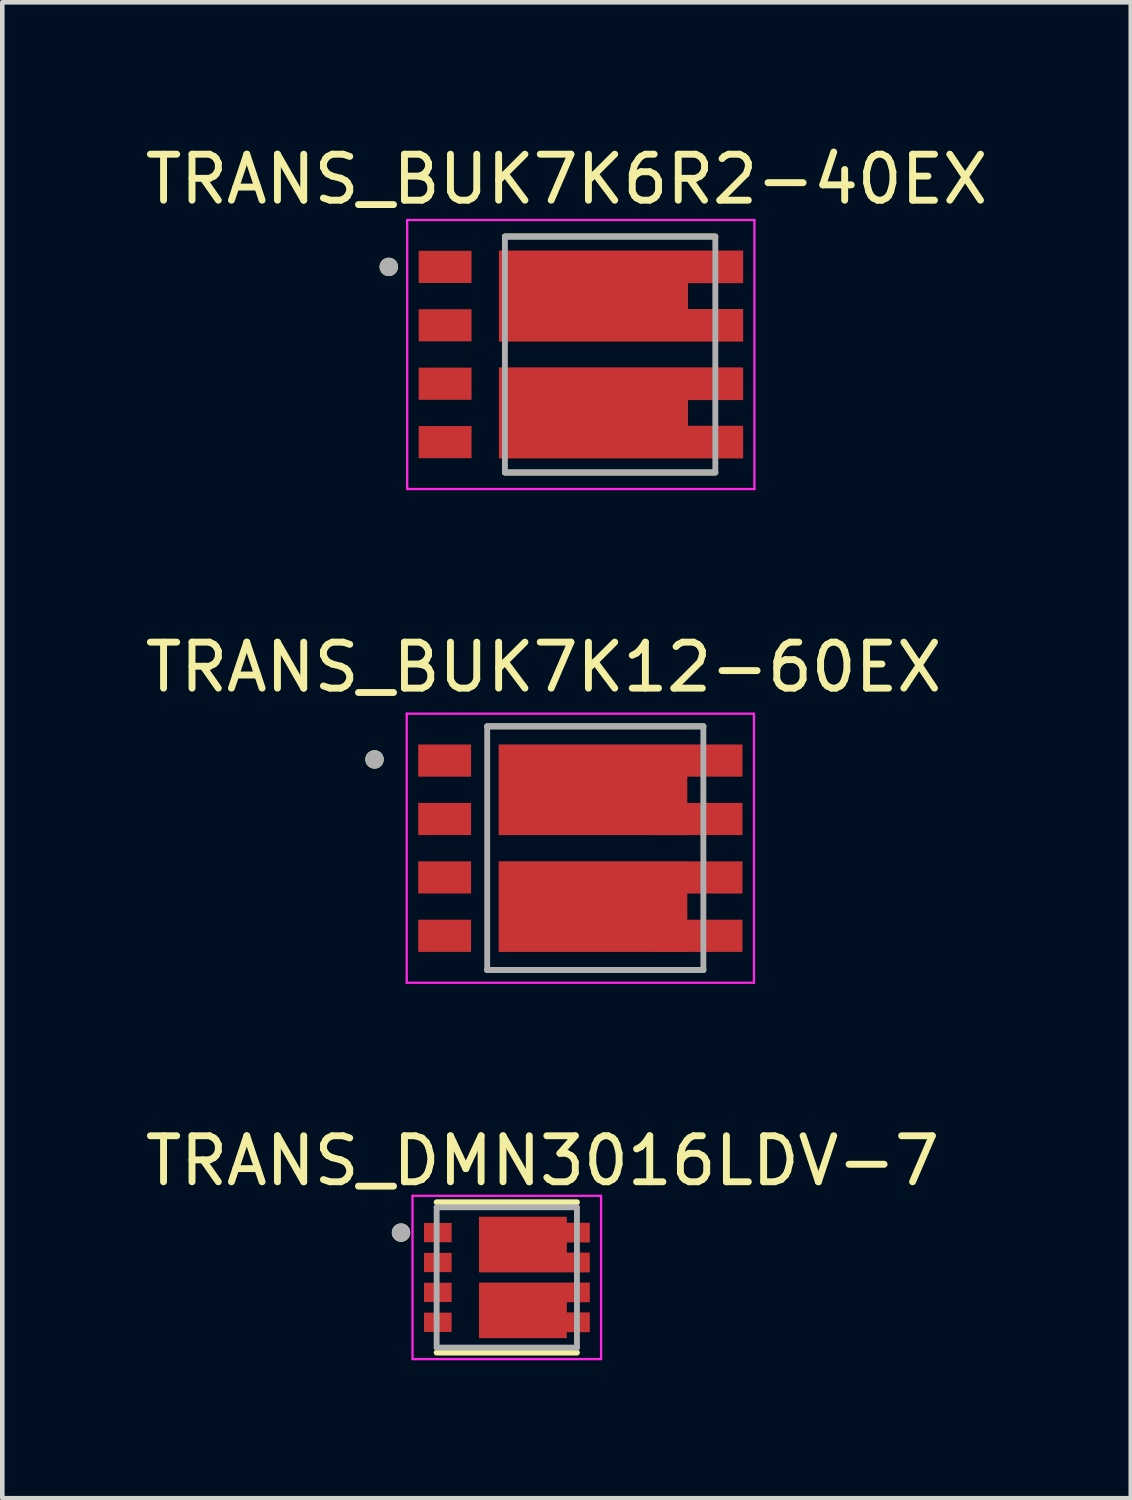
<source format=kicad_pcb>
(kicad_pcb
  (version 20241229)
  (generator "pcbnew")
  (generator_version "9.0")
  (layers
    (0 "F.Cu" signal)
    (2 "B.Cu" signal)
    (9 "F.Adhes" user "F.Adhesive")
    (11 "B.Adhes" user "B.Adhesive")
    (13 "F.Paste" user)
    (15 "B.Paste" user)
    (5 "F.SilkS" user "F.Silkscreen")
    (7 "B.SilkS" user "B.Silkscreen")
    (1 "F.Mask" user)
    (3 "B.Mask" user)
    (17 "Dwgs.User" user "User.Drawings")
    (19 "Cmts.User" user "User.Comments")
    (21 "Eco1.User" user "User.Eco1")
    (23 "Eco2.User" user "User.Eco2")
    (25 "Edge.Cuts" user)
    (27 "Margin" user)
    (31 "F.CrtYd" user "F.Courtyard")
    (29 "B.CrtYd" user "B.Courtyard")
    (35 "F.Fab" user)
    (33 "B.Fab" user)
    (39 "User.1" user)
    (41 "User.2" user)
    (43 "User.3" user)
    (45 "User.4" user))
  (footprint "TRANS_BUK7K6R2-40EX"
    (layer "F.Cu")
    (at 9.903 4.658)
    (property "Reference" "TRANS_BUK7K6R2-40EX" (at -0.635 -3.81 0) (layer "F.SilkS") (effects (font (size 1 1) (thickness 0.15))))
    (attr smd)
    (fp_poly (pts (xy -3.85 -2.255) (xy -2.7 -2.255) (xy -2.7 -1.555) (xy -3.85 -1.555)) (stroke (width 0.01) (type solid)) (fill yes) (layer "F.Mask"))
    (fp_poly (pts (xy -3.85 -0.985) (xy -2.7 -0.985) (xy -2.7 -0.285) (xy -3.85 -0.285)) (stroke (width 0.01) (type solid)) (fill yes) (layer "F.Mask"))
    (fp_poly (pts (xy -3.85 0.285) (xy -2.7 0.285) (xy -2.7 0.985) (xy -3.85 0.985)) (stroke (width 0.01) (type solid)) (fill yes) (layer "F.Mask"))
    (fp_poly (pts (xy -3.85 1.555) (xy -2.7 1.555) (xy -2.7 2.255) (xy -3.85 2.255)) (stroke (width 0.01) (type solid)) (fill yes) (layer "F.Mask"))
    (fp_poly (pts (xy 3.2 -2.255) (xy -2.1 -2.255) (xy -2.1 -0.285) (xy 3.2 -0.285) (xy 3.2 -0.985) (xy 2 -0.985) (xy 2 -1.555) (xy 3.2 -1.555)) (stroke (width 0.01) (type solid)) (fill yes) (layer "F.Mask"))
    (fp_poly (pts (xy 3.2 2.255) (xy -2.1 2.255) (xy -2.1 0.285) (xy 3.2 0.285) (xy 3.2 0.985) (xy 2 0.985) (xy 2 1.555) (xy 3.2 1.555)) (stroke (width 0.01) (type solid)) (fill yes) (layer "F.Mask"))
    (fp_line (start -1.975 -2.568) (end 2.6 -2.568) (stroke (width 0.127) (type solid)) (layer "F.SilkS"))
    (fp_line (start 2.6 2.568) (end -1.975 2.568) (stroke (width 0.127) (type solid)) (layer "F.SilkS"))
    (fp_circle (center -4.5 -1.905) (end -4.4 -1.905) (stroke (width 0.2) (type solid)) (fill no) (layer "F.SilkS"))
    (fp_poly (pts (xy -3.825 -2.23) (xy -2.725 -2.23) (xy -2.725 -1.58) (xy -3.825 -1.58)) (stroke (width 0.01) (type solid)) (fill yes) (layer "F.Paste"))
    (fp_poly (pts (xy -3.825 -0.96) (xy -2.725 -0.96) (xy -2.725 -0.31) (xy -3.825 -0.31)) (stroke (width 0.01) (type solid)) (fill yes) (layer "F.Paste"))
    (fp_poly (pts (xy -3.825 0.31) (xy -2.725 0.31) (xy -2.725 0.96) (xy -3.825 0.96)) (stroke (width 0.01) (type solid)) (fill yes) (layer "F.Paste"))
    (fp_poly (pts (xy -3.825 1.58) (xy -2.725 1.58) (xy -2.725 2.23) (xy -3.825 2.23)) (stroke (width 0.01) (type solid)) (fill yes) (layer "F.Paste"))
    (fp_poly (pts (xy -1.875 -1.82) (xy -0.875 -1.82) (xy -0.875 -0.72) (xy -1.875 -0.72)) (stroke (width 0.01) (type solid)) (fill yes) (layer "F.Paste"))
    (fp_poly (pts (xy -1.875 0.72) (xy -0.875 0.72) (xy -0.875 1.82) (xy -1.875 1.82)) (stroke (width 0.01) (type solid)) (fill yes) (layer "F.Paste"))
    (fp_poly (pts (xy -0.075 -1.82) (xy 0.925 -1.82) (xy 0.925 -0.72) (xy -0.075 -0.72)) (stroke (width 0.01) (type solid)) (fill yes) (layer "F.Paste"))
    (fp_poly (pts (xy -0.075 0.72) (xy 0.925 0.72) (xy 0.925 1.82) (xy -0.075 1.82)) (stroke (width 0.01) (type solid)) (fill yes) (layer "F.Paste"))
    (fp_poly (pts (xy 1.275 -2.23) (xy 3.175 -2.23) (xy 3.175 -1.58) (xy 1.275 -1.58)) (stroke (width 0.01) (type solid)) (fill yes) (layer "F.Paste"))
    (fp_poly (pts (xy 1.275 -0.96) (xy 3.175 -0.96) (xy 3.175 -0.31) (xy 1.275 -0.31)) (stroke (width 0.01) (type solid)) (fill yes) (layer "F.Paste"))
    (fp_poly (pts (xy 1.275 0.31) (xy 3.175 0.31) (xy 3.175 0.96) (xy 1.275 0.96)) (stroke (width 0.01) (type solid)) (fill yes) (layer "F.Paste"))
    (fp_poly (pts (xy 1.275 1.58) (xy 3.175 1.58) (xy 3.175 2.23) (xy 1.275 2.23)) (stroke (width 0.01) (type solid)) (fill yes) (layer "F.Paste"))
    (fp_line (start -4.1 -2.925) (end 3.45 -2.925) (stroke (width 0.05) (type solid)) (layer "F.CrtYd"))
    (fp_line (start -4.1 2.925) (end -4.1 -2.925) (stroke (width 0.05) (type solid)) (layer "F.CrtYd"))
    (fp_line (start 3.45 -2.925) (end 3.45 2.925) (stroke (width 0.05) (type solid)) (layer "F.CrtYd"))
    (fp_line (start 3.45 2.925) (end -4.1 2.925) (stroke (width 0.05) (type solid)) (layer "F.CrtYd"))
    (fp_line (start -1.975 -2.562) (end 2.6 -2.562) (stroke (width 0.127) (type solid)) (layer "F.Fab"))
    (fp_line (start -1.975 2.562) (end -1.975 -2.562) (stroke (width 0.127) (type solid)) (layer "F.Fab"))
    (fp_line (start 2.6 -2.562) (end 2.6 2.562) (stroke (width 0.127) (type solid)) (layer "F.Fab"))
    (fp_line (start 2.6 2.562) (end -1.975 2.562) (stroke (width 0.127) (type solid)) (layer "F.Fab"))
    (fp_circle (center -4.5 -1.905) (end -4.4 -1.905) (stroke (width 0.2) (type solid)) (fill no) (layer "F.Fab"))
    (pad "1" smd rect (at -3.275 -1.905) (size 1.15 0.7) (layers "F.Cu"))
    (pad "2" smd rect (at -3.275 -0.635) (size 1.15 0.7) (layers "F.Cu"))
    (pad "3" smd rect (at -3.275 0.635) (size 1.15 0.7) (layers "F.Cu"))
    (pad "4" smd rect (at -3.275 1.905) (size 1.15 0.7) (layers "F.Cu"))
    (pad "5_6" smd custom (at 0 1.27) (size 1.5 1.5) (layers "F.Cu") (options (anchor rect)) (primitives (gr_poly (pts (xy 3.2 0.985) (xy -2.1 0.985) (xy -2.1 -0.985) (xy 3.2 -0.985) (xy 3.2 -0.285) (xy 2 -0.285) (xy 2 0.285) (xy 3.2 0.285)) (width 0.01) (fill yes))))
    (pad "7_8" smd custom (at 0 -1.27) (size 1.5 1.5) (layers "F.Cu") (options (anchor rect)) (primitives (gr_poly (pts (xy 3.2 -0.985) (xy -2.1 -0.985) (xy -2.1 0.985) (xy 3.2 0.985) (xy 3.2 0.285) (xy 2 0.285) (xy 2 -0.285) (xy 3.2 -0.285)) (width 0.01) (fill yes)))))
  (footprint "TRANS_DMN3016LDV-7"
    (layer "F.Cu")
    (at 7.969 24.725)
    (property "Reference" "TRANS_DMN3016LDV-7" (at 0.775 -2.535 0) (layer "F.SilkS") (effects (font (size 1 1) (thickness 0.15))))
    (attr smd)
    (fp_poly (pts (xy -0.7 0.115) (xy 1.9 0.115) (xy 1.9 0.635) (xy 1.4 0.635) (xy 1.4 0.665) (xy 1.9 0.665) (xy 1.9 1.285) (xy 1.4 1.285) (xy 1.4 1.415) (xy -0.7 1.415)) (stroke (width 0.01) (type solid)) (fill yes) (layer "F.Mask"))
    (fp_poly (pts (xy 1.4 -0.665) (xy 1.4 -0.635) (xy 1.9 -0.635) (xy 1.9 -0.115) (xy -0.7 -0.115) (xy -0.7 -1.415) (xy 1.4 -1.415) (xy 1.4 -1.285) (xy 1.9 -1.285) (xy 1.9 -0.665)) (stroke (width 0.01) (type solid)) (fill yes) (layer "F.Mask"))
    (fp_line (start -1.525 -1.635) (end 1.525 -1.635) (stroke (width 0.127) (type solid)) (layer "F.SilkS"))
    (fp_line (start 1.525 1.635) (end -1.525 1.635) (stroke (width 0.127) (type solid)) (layer "F.SilkS"))
    (fp_circle (center -2.3 -0.975) (end -2.2 -0.975) (stroke (width 0.2) (type solid)) (fill no) (layer "F.SilkS"))
    (fp_poly (pts (xy 1.3 -1.185) (xy 1.8 -1.185) (xy 1.8 -0.765) (xy 1.3 -0.765)) (stroke (width 0.01) (type solid)) (fill yes) (layer "F.Paste"))
    (fp_poly (pts (xy 1.3 -0.535) (xy 1.8 -0.535) (xy 1.8 -0.115) (xy 1.3 -0.115)) (stroke (width 0.01) (type solid)) (fill yes) (layer "F.Paste"))
    (fp_poly (pts (xy 1.3 0.115) (xy 1.8 0.115) (xy 1.8 0.535) (xy 1.3 0.535)) (stroke (width 0.01) (type solid)) (fill yes) (layer "F.Paste"))
    (fp_poly (pts (xy 1.3 0.765) (xy 1.8 0.765) (xy 1.8 1.185) (xy 1.3 1.185)) (stroke (width 0.01) (type solid)) (fill yes) (layer "F.Paste"))
    (fp_line (start -2.05 -1.775) (end -2.05 1.775) (stroke (width 0.05) (type solid)) (layer "F.CrtYd"))
    (fp_line (start -2.05 1.775) (end 2.05 1.775) (stroke (width 0.05) (type solid)) (layer "F.CrtYd"))
    (fp_line (start 2.05 -1.775) (end -2.05 -1.775) (stroke (width 0.05) (type solid)) (layer "F.CrtYd"))
    (fp_line (start 2.05 1.775) (end 2.05 -1.775) (stroke (width 0.05) (type solid)) (layer "F.CrtYd"))
    (fp_line (start -1.525 -1.525) (end 1.525 -1.525) (stroke (width 0.127) (type solid)) (layer "F.Fab"))
    (fp_line (start -1.525 1.525) (end -1.525 -1.525) (stroke (width 0.127) (type solid)) (layer "F.Fab"))
    (fp_line (start 1.525 -1.525) (end 1.525 1.525) (stroke (width 0.127) (type solid)) (layer "F.Fab"))
    (fp_line (start 1.525 1.525) (end -1.525 1.525) (stroke (width 0.127) (type solid)) (layer "F.Fab"))
    (fp_circle (center -2.3 -0.975) (end -2.2 -0.975) (stroke (width 0.2) (type solid)) (fill no) (layer "F.Fab"))
    (pad "1" smd rect (at -1.5 -0.975) (size 0.6 0.42) (layers "F.Cu" "F.Mask" "F.Paste"))
    (pad "2" smd rect (at -1.5 -0.325) (size 0.6 0.42) (layers "F.Cu" "F.Mask" "F.Paste"))
    (pad "3" smd rect (at -1.5 0.325) (size 0.6 0.42) (layers "F.Cu" "F.Mask" "F.Paste"))
    (pad "4" smd rect (at -1.5 0.975) (size 0.6 0.42) (layers "F.Cu" "F.Mask" "F.Paste"))
    (pad "5" smd custom (at 0.35 0.715) (size 1.2 0.76) (layers "F.Cu" "F.Paste") (options (anchor rect)) (primitives (gr_poly (pts (xy -0.95 -0.6) (xy 1.45 -0.6) (xy 1.45 -0.18) (xy 0.95 -0.18) (xy 0.95 0.05) (xy 1.45 0.05) (xy 1.45 0.47) (xy 0.95 0.47) (xy 0.95 0.6) (xy -0.95 0.6)) (width 0.01) (fill yes))))
    (pad "6" smd custom (at 0.35 -0.715) (size 1.2 0.76) (layers "F.Cu" "F.Paste") (options (anchor rect)) (primitives (gr_poly (pts (xy 0.95 -0.05) (xy 0.95 0.18) (xy 1.45 0.18) (xy 1.45 0.6) (xy -0.95 0.6) (xy -0.95 -0.6) (xy 0.95 -0.6) (xy 0.95 -0.47) (xy 1.45 -0.47) (xy 1.45 -0.05)) (width 0.01) (fill yes)))))
  (footprint "TRANS_BUK7K12-60EX"
    (layer "F.Cu")
    (at 9.893 15.392)
    (property "Reference" "TRANS_BUK7K12-60EX" (at -1.125 -3.935 0) (layer "F.SilkS") (effects (font (size 1 1) (thickness 0.15))))
    (attr smd)
    (fp_poly (pts (xy 3.3 -0.185) (xy 3.3 -1.085) (xy 2.1 -1.085) (xy 2.1 -1.455) (xy 3.3 -1.455) (xy 3.3 -2.355) (xy -2.2 -2.355) (xy -2.2 -0.185)) (stroke (width 0.001) (type solid)) (fill yes) (layer "F.Mask"))
    (fp_poly (pts (xy 3.3 2.355) (xy 3.3 1.455) (xy 2.1 1.455) (xy 2.1 1.085) (xy 3.3 1.085) (xy 3.3 0.185) (xy -2.2 0.185) (xy -2.2 2.355)) (stroke (width 0.001) (type solid)) (fill yes) (layer "F.Mask"))
    (fp_line (start -2.35 2.65) (end 2.35 2.65) (stroke (width 0.127) (type solid)) (layer "F.SilkS"))
    (fp_line (start 2.35 -2.65) (end -2.35 -2.65) (stroke (width 0.127) (type solid)) (layer "F.SilkS"))
    (fp_circle (center -4.8 -1.93) (end -4.7 -1.93) (stroke (width 0.2) (type solid)) (fill no) (layer "F.SilkS"))
    (fp_poly (pts (xy -1.875 -0.72) (xy -1.875 -1.82) (xy -0.875 -1.82) (xy -0.875 -0.72)) (stroke (width 0.01) (type solid)) (fill yes) (layer "F.Paste"))
    (fp_poly (pts (xy -1.875 1.82) (xy -1.875 0.72) (xy -0.875 0.72) (xy -0.875 1.82)) (stroke (width 0.01) (type solid)) (fill yes) (layer "F.Paste"))
    (fp_poly (pts (xy -0.075 -0.72) (xy -0.075 -1.82) (xy 0.925 -1.82) (xy 0.925 -0.72)) (stroke (width 0.01) (type solid)) (fill yes) (layer "F.Paste"))
    (fp_poly (pts (xy -0.075 1.82) (xy -0.075 0.72) (xy 0.925 0.72) (xy 0.925 1.82)) (stroke (width 0.01) (type solid)) (fill yes) (layer "F.Paste"))
    (fp_line (start -4.1 -2.925) (end -4.1 2.925) (stroke (width 0.05) (type solid)) (layer "F.CrtYd"))
    (fp_line (start -4.1 2.925) (end 3.45 2.925) (stroke (width 0.05) (type solid)) (layer "F.CrtYd"))
    (fp_line (start 3.45 -2.925) (end -4.1 -2.925) (stroke (width 0.05) (type solid)) (layer "F.CrtYd"))
    (fp_line (start 3.45 2.925) (end 3.45 -2.925) (stroke (width 0.05) (type solid)) (layer "F.CrtYd"))
    (fp_line (start -2.35 -2.65) (end -2.35 2.65) (stroke (width 0.127) (type solid)) (layer "F.Fab"))
    (fp_line (start -2.35 2.65) (end 2.35 2.65) (stroke (width 0.127) (type solid)) (layer "F.Fab"))
    (fp_line (start 2.35 -2.65) (end -2.35 -2.65) (stroke (width 0.127) (type solid)) (layer "F.Fab"))
    (fp_line (start 2.35 2.65) (end 2.35 -2.65) (stroke (width 0.127) (type solid)) (layer "F.Fab"))
    (fp_circle (center -4.8 -1.93) (end -4.7 -1.93) (stroke (width 0.2) (type solid)) (fill no) (layer "F.Fab"))
    (pad "1" smd rect (at -3.275 -1.905) (size 1.15 0.7) (layers "F.Cu" "F.Mask" "F.Paste"))
    (pad "2" smd rect (at -3.275 -0.635) (size 1.15 0.7) (layers "F.Cu" "F.Mask" "F.Paste"))
    (pad "3" smd rect (at -3.275 0.635) (size 1.15 0.7) (layers "F.Cu" "F.Mask" "F.Paste"))
    (pad "4" smd rect (at -3.275 1.905) (size 1.15 0.7) (layers "F.Cu" "F.Mask" "F.Paste"))
    (pad "5" smd rect (at 2.25 1.905) (size 1.9 0.7) (layers "F.Cu" "F.Paste"))
    (pad "6" smd custom (at 2.25 0.635) (size 1.9 0.7) (layers "F.Cu" "F.Paste") (options (anchor rect)) (primitives (gr_poly (pts (xy -0.25 1.62) (xy -0.25 -0.35) (xy -4.35 -0.35) (xy -4.35 1.62)) (width 0.001) (fill yes))))
    (pad "7" smd rect (at 2.25 -0.635) (size 1.9 0.7) (layers "F.Cu" "F.Paste"))
    (pad "8" smd custom (at 2.25 -1.905) (size 1.9 0.7) (layers "F.Cu" "F.Paste") (options (anchor rect)) (primitives (gr_poly (pts (xy -0.25 1.62) (xy -0.25 -0.35) (xy -4.35 -0.35) (xy -4.35 1.62)) (width 0.001) (fill yes)))))
  (gr_rect
    (start -3 -3)
    (end 21.536 29.525)
    (stroke (width 0.1) (type default))
    (fill no)
    (layer "Edge.Cuts")))
</source>
